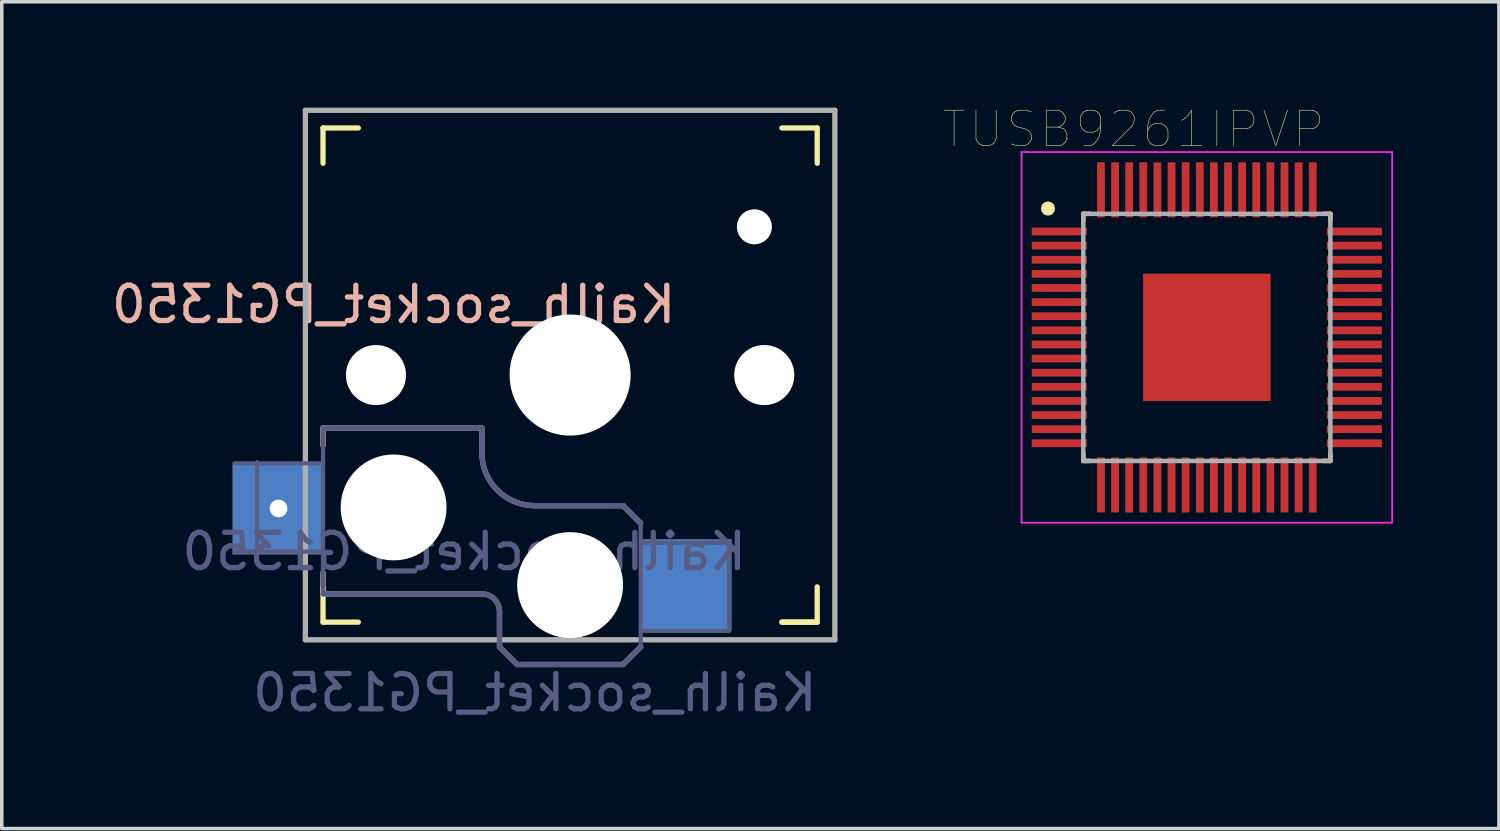
<source format=kicad_pcb>
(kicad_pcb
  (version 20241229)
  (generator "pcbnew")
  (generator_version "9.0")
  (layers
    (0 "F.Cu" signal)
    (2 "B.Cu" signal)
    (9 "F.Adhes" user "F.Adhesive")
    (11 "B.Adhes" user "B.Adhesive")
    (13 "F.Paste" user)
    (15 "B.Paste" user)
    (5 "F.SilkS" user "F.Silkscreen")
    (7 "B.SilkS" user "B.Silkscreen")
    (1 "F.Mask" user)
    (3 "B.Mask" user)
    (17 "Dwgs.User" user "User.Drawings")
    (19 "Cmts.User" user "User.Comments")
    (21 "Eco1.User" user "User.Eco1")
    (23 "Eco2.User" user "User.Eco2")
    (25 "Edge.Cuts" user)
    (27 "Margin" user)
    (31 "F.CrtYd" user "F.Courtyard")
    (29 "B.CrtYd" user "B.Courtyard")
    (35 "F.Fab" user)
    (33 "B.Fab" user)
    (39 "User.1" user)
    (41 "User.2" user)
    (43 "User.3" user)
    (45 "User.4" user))
  (footprint "Kailh_socket_PG1350"
    (layer "F.Cu")
    (at 13.101 7.575)
    (property "Reference" "Kailh_socket_PG1350" (at -5 -2 0) (layer "B.SilkS") (effects (font (size 1 1) (thickness 0.15)) (justify mirror)))
    (property "Value" "Kailh_socket_PG1350" (at 0 8.255 0) (layer "F.Fab") (hide yes) (effects (font (size 1 1) (thickness 0.15))))
    (attr smd)
    (fp_line (start -7 -6) (end -7 -7) (stroke (width 0.15) (type solid)) (layer "F.SilkS"))
    (fp_line (start -7 7) (end -7 6) (stroke (width 0.15) (type solid)) (layer "F.SilkS"))
    (fp_line (start -7 7) (end -6 7) (stroke (width 0.15) (type solid)) (layer "F.SilkS"))
    (fp_line (start -6 -7) (end -7 -7) (stroke (width 0.15) (type solid)) (layer "F.SilkS"))
    (fp_line (start 6 7) (end 7 7) (stroke (width 0.15) (type solid)) (layer "F.SilkS"))
    (fp_line (start 7 -7) (end 6 -7) (stroke (width 0.15) (type solid)) (layer "F.SilkS"))
    (fp_line (start 7 -7) (end 7 -6) (stroke (width 0.15) (type solid)) (layer "F.SilkS"))
    (fp_line (start 7 6) (end 7 7) (stroke (width 0.15) (type solid)) (layer "F.SilkS"))
    (fp_line (start 7 7) (end 6 7) (stroke (width 0.15) (type solid)) (layer "F.SilkS"))
    (fp_line (start -7 1.5) (end -7 2) (stroke (width 0.15) (type solid)) (layer "B.SilkS"))
    (fp_line (start -7 5.6) (end -7 6.2) (stroke (width 0.15) (type solid)) (layer "B.SilkS"))
    (fp_line (start -7 6.2) (end -2.5 6.2) (stroke (width 0.15) (type solid)) (layer "B.SilkS"))
    (fp_line (start -2.5 1.5) (end -7 1.5) (stroke (width 0.15) (type solid)) (layer "B.SilkS"))
    (fp_line (start -2.5 2.2) (end -2.5 1.5) (stroke (width 0.15) (type solid)) (layer "B.SilkS"))
    (fp_line (start -2 6.7) (end -2 7.7) (stroke (width 0.15) (type solid)) (layer "B.SilkS"))
    (fp_line (start -1.5 8.2) (end -2 7.7) (stroke (width 0.15) (type solid)) (layer "B.SilkS"))
    (fp_line (start 1.5 3.7) (end -1 3.7) (stroke (width 0.15) (type solid)) (layer "B.SilkS"))
    (fp_line (start 1.5 8.2) (end -1.5 8.2) (stroke (width 0.15) (type solid)) (layer "B.SilkS"))
    (fp_line (start 2 4.2) (end 1.5 3.7) (stroke (width 0.15) (type solid)) (layer "B.SilkS"))
    (fp_line (start 2 7.7) (end 1.5 8.2) (stroke (width 0.15) (type solid)) (layer "B.SilkS"))
    (fp_arc (start -2.5 6.2) (mid -2.146447 6.346447) (end -2 6.7) (stroke (width 0.15) (type solid)) (layer "B.SilkS"))
    (fp_arc (start -1 3.7) (mid -2.06066 3.26066) (end -2.5 2.2) (stroke (width 0.15) (type solid)) (layer "B.SilkS"))
    (fp_line (start -6.9 6.9) (end -6.9 -6.9) (stroke (width 0.15) (type solid)) (layer "Eco2.User"))
    (fp_line (start -6.9 6.9) (end 6.9 6.9) (stroke (width 0.15) (type solid)) (layer "Eco2.User"))
    (fp_line (start -2.6 -3.1) (end -2.6 -6.3) (stroke (width 0.15) (type solid)) (layer "Eco2.User"))
    (fp_line (start -2.6 -3.1) (end 2.6 -3.1) (stroke (width 0.15) (type solid)) (layer "Eco2.User"))
    (fp_line (start 2.6 -6.3) (end -2.6 -6.3) (stroke (width 0.15) (type solid)) (layer "Eco2.User"))
    (fp_line (start 2.6 -3.1) (end 2.6 -6.3) (stroke (width 0.15) (type solid)) (layer "Eco2.User"))
    (fp_line (start 6.9 -6.9) (end -6.9 -6.9) (stroke (width 0.15) (type solid)) (layer "Eco2.User"))
    (fp_line (start 6.9 -6.9) (end 6.9 6.9) (stroke (width 0.15) (type solid)) (layer "Eco2.User"))
    (fp_line (start -9.5 2.5) (end -7 2.5) (stroke (width 0.12) (type solid)) (layer "B.Fab"))
    (fp_line (start -8.87 4.97) (end -8.87 2.47) (stroke (width 0.12) (type solid)) (layer "B.Fab"))
    (fp_line (start -7 1.5) (end -7 6.2) (stroke (width 0.12) (type solid)) (layer "B.Fab"))
    (fp_line (start -7 5) (end -9.5 5) (stroke (width 0.12) (type solid)) (layer "B.Fab"))
    (fp_line (start -7 6.2) (end -2.5 6.2) (stroke (width 0.15) (type solid)) (layer "B.Fab"))
    (fp_line (start -2.5 1.5) (end -7 1.5) (stroke (width 0.15) (type solid)) (layer "B.Fab"))
    (fp_line (start -2.5 2.2) (end -2.5 1.5) (stroke (width 0.15) (type solid)) (layer "B.Fab"))
    (fp_line (start -2 6.7) (end -2 7.7) (stroke (width 0.15) (type solid)) (layer "B.Fab"))
    (fp_line (start -1.5 8.2) (end -2 7.7) (stroke (width 0.15) (type solid)) (layer "B.Fab"))
    (fp_line (start 1.5 3.7) (end -1 3.7) (stroke (width 0.15) (type solid)) (layer "B.Fab"))
    (fp_line (start 1.5 8.2) (end -1.5 8.2) (stroke (width 0.15) (type solid)) (layer "B.Fab"))
    (fp_line (start 2 4.2) (end 1.5 3.7) (stroke (width 0.15) (type solid)) (layer "B.Fab"))
    (fp_line (start 2 4.25) (end 2 7.7) (stroke (width 0.12) (type solid)) (layer "B.Fab"))
    (fp_line (start 2 4.75) (end 4.5 4.75) (stroke (width 0.12) (type solid)) (layer "B.Fab"))
    (fp_line (start 2 7.7) (end 1.5 8.2) (stroke (width 0.15) (type solid)) (layer "B.Fab"))
    (fp_line (start 4.5 4.75) (end 4.5 7.25) (stroke (width 0.12) (type solid)) (layer "B.Fab"))
    (fp_line (start 4.5 7.25) (end 2 7.25) (stroke (width 0.12) (type solid)) (layer "B.Fab"))
    (fp_arc (start -2.5 6.2) (mid -2.146447 6.346447) (end -2 6.7) (stroke (width 0.15) (type solid)) (layer "B.Fab"))
    (fp_arc (start -1 3.7) (mid -2.06066 3.26066) (end -2.5 2.2) (stroke (width 0.15) (type solid)) (layer "B.Fab"))
    (fp_line (start -7.5 -7.5) (end 7.5 -7.5) (stroke (width 0.15) (type solid)) (layer "F.Fab"))
    (fp_line (start -7.5 7.5) (end -7.5 -7.5) (stroke (width 0.15) (type solid)) (layer "F.Fab"))
    (fp_line (start 7.5 -7.5) (end 7.5 7.5) (stroke (width 0.15) (type solid)) (layer "F.Fab"))
    (fp_line (start 7.5 7.5) (end -7.5 7.5) (stroke (width 0.15) (type solid)) (layer "F.Fab"))
    (fp_text user "${REFERENCE}" (at -3 5 0) (layer "B.Fab") (effects (font (size 1 1) (thickness 0.15)) (justify mirror)))
    (fp_text user "${VALUE}" (at -1 9 0) (layer "B.Fab") (effects (font (size 1 1) (thickness 0.15)) (justify mirror)))
    (pad "" np_thru_hole circle (at -5.5 0) (size 1.702 1.702) (drill 1.702) (layers "*.Cu" "*.Mask"))
    (pad "" np_thru_hole circle (at -5 3.75) (size 3 3) (drill 3) (layers "*.Cu" "*.Mask"))
    (pad "" np_thru_hole circle (at 0 0) (size 3.429 3.429) (drill 3.429) (layers "*.Cu" "*.Mask"))
    (pad "" np_thru_hole circle (at 0 5.95) (size 3 3) (drill 3) (layers "*.Cu" "*.Mask"))
    (pad "" np_thru_hole circle (at 5.22 -4.2) (size 0.991 0.991) (drill 0.991) (layers "*.Cu" "*.Mask"))
    (pad "" np_thru_hole circle (at 5.5 0) (size 1.702 1.702) (drill 1.702) (layers "*.Cu" "*.Mask"))
    (pad "1" smd rect (at 3.275 5.95) (size 2.6 2.6) (layers "B.Cu" "B.Mask" "B.Paste"))
    (pad "3" thru_hole rect (at -8.26 3.78) (size 2.6 2.6) (drill 0.5) (layers "*.Cu" "*.Mask")))
  (footprint "TUSB9261IPVP"
    (layer "F.Cu")
    (at 31.139 6.508)
    (property "Reference" "TUSB9261IPVP" (at -2.079 -5.896 0) (layer "F.SilkS") (effects (font (size 1.002 1.002) (thickness 0.015))))
    (attr through_hole)
    (fp_line (start -3.5 -3.5) (end -3.5 -3.3) (stroke (width 0.127) (type solid)) (layer "F.SilkS"))
    (fp_line (start -3.5 3.3) (end -3.5 3.5) (stroke (width 0.127) (type solid)) (layer "F.SilkS"))
    (fp_line (start -3.5 3.5) (end -3.3 3.5) (stroke (width 0.127) (type solid)) (layer "F.SilkS"))
    (fp_line (start -3.3 -3.5) (end -3.5 -3.5) (stroke (width 0.127) (type solid)) (layer "F.SilkS"))
    (fp_line (start 3.3 3.5) (end 3.5 3.5) (stroke (width 0.127) (type solid)) (layer "F.SilkS"))
    (fp_line (start 3.5 -3.5) (end 3.3 -3.5) (stroke (width 0.127) (type solid)) (layer "F.SilkS"))
    (fp_line (start 3.5 -3.3) (end 3.5 -3.5) (stroke (width 0.127) (type solid)) (layer "F.SilkS"))
    (fp_line (start 3.5 3.5) (end 3.5 3.3) (stroke (width 0.127) (type solid)) (layer "F.SilkS"))
    (fp_circle (center -4.5 -3.65) (end -4.4 -3.65) (stroke (width 0.2) (type solid)) (fill no) (layer "F.SilkS"))
    (fp_poly (pts (xy -1.152 -1.15) (xy 1.15 -1.15) (xy 1.15 1.152) (xy -1.152 1.152)) (stroke (width 0.01) (type solid)) (fill yes) (layer "F.Paste"))
    (fp_line (start -5.25 -5.25) (end 5.25 -5.25) (stroke (width 0.05) (type solid)) (layer "F.CrtYd"))
    (fp_line (start -5.25 5.25) (end -5.25 -5.25) (stroke (width 0.05) (type solid)) (layer "F.CrtYd"))
    (fp_line (start 5.25 -5.25) (end 5.25 5.25) (stroke (width 0.05) (type solid)) (layer "F.CrtYd"))
    (fp_line (start 5.25 5.25) (end -5.25 5.25) (stroke (width 0.05) (type solid)) (layer "F.CrtYd"))
    (fp_line (start -3.5 -3.5) (end 3.5 -3.5) (stroke (width 0.127) (type solid)) (layer "F.Fab"))
    (fp_line (start -3.5 3.5) (end -3.5 -3.5) (stroke (width 0.127) (type solid)) (layer "F.Fab"))
    (fp_line (start 3.5 -3.5) (end 3.5 3.5) (stroke (width 0.127) (type solid)) (layer "F.Fab"))
    (fp_line (start 3.5 3.5) (end -3.5 3.5) (stroke (width 0.127) (type solid)) (layer "F.Fab"))
    (pad "1" smd rect (at -4.18 -3) (size 1.56 0.22) (layers "F.Cu" "F.Mask" "F.Paste"))
    (pad "2" smd rect (at -4.18 -2.6) (size 1.56 0.22) (layers "F.Cu" "F.Mask" "F.Paste"))
    (pad "3" smd rect (at -4.18 -2.2) (size 1.56 0.22) (layers "F.Cu" "F.Mask" "F.Paste"))
    (pad "4" smd rect (at -4.18 -1.8) (size 1.56 0.22) (layers "F.Cu" "F.Mask" "F.Paste"))
    (pad "5" smd rect (at -4.18 -1.4) (size 1.56 0.22) (layers "F.Cu" "F.Mask" "F.Paste"))
    (pad "6" smd rect (at -4.18 -1) (size 1.56 0.22) (layers "F.Cu" "F.Mask" "F.Paste"))
    (pad "7" smd rect (at -4.18 -0.6) (size 1.56 0.22) (layers "F.Cu" "F.Mask" "F.Paste"))
    (pad "8" smd rect (at -4.18 -0.2) (size 1.56 0.22) (layers "F.Cu" "F.Mask" "F.Paste"))
    (pad "9" smd rect (at -4.18 0.2) (size 1.56 0.22) (layers "F.Cu" "F.Mask" "F.Paste"))
    (pad "10" smd rect (at -4.18 0.6) (size 1.56 0.22) (layers "F.Cu" "F.Mask" "F.Paste"))
    (pad "11" smd rect (at -4.18 1) (size 1.56 0.22) (layers "F.Cu" "F.Mask" "F.Paste"))
    (pad "12" smd rect (at -4.18 1.4) (size 1.56 0.22) (layers "F.Cu" "F.Mask" "F.Paste"))
    (pad "13" smd rect (at -4.18 1.8) (size 1.56 0.22) (layers "F.Cu" "F.Mask" "F.Paste"))
    (pad "14" smd rect (at -4.18 2.2) (size 1.56 0.22) (layers "F.Cu" "F.Mask" "F.Paste"))
    (pad "15" smd rect (at -4.18 2.6) (size 1.56 0.22) (layers "F.Cu" "F.Mask" "F.Paste"))
    (pad "16" smd rect (at -4.18 3) (size 1.56 0.22) (layers "F.Cu" "F.Mask" "F.Paste"))
    (pad "17" smd rect (at -3 4.18) (size 0.22 1.56) (layers "F.Cu" "F.Mask" "F.Paste"))
    (pad "18" smd rect (at -2.6 4.18) (size 0.22 1.56) (layers "F.Cu" "F.Mask" "F.Paste"))
    (pad "19" smd rect (at -2.2 4.18) (size 0.22 1.56) (layers "F.Cu" "F.Mask" "F.Paste"))
    (pad "20" smd rect (at -1.8 4.18) (size 0.22 1.56) (layers "F.Cu" "F.Mask" "F.Paste"))
    (pad "21" smd rect (at -1.4 4.18) (size 0.22 1.56) (layers "F.Cu" "F.Mask" "F.Paste"))
    (pad "22" smd rect (at -1 4.18) (size 0.22 1.56) (layers "F.Cu" "F.Mask" "F.Paste"))
    (pad "23" smd rect (at -0.6 4.18) (size 0.22 1.56) (layers "F.Cu" "F.Mask" "F.Paste"))
    (pad "24" smd rect (at -0.2 4.18) (size 0.22 1.56) (layers "F.Cu" "F.Mask" "F.Paste"))
    (pad "25" smd rect (at 0.2 4.18) (size 0.22 1.56) (layers "F.Cu" "F.Mask" "F.Paste"))
    (pad "26" smd rect (at 0.6 4.18) (size 0.22 1.56) (layers "F.Cu" "F.Mask" "F.Paste"))
    (pad "27" smd rect (at 1 4.18) (size 0.22 1.56) (layers "F.Cu" "F.Mask" "F.Paste"))
    (pad "28" smd rect (at 1.4 4.18) (size 0.22 1.56) (layers "F.Cu" "F.Mask" "F.Paste"))
    (pad "29" smd rect (at 1.8 4.18) (size 0.22 1.56) (layers "F.Cu" "F.Mask" "F.Paste"))
    (pad "30" smd rect (at 2.2 4.18) (size 0.22 1.56) (layers "F.Cu" "F.Mask" "F.Paste"))
    (pad "31" smd rect (at 2.6 4.18) (size 0.22 1.56) (layers "F.Cu" "F.Mask" "F.Paste"))
    (pad "32" smd rect (at 3 4.18) (size 0.22 1.56) (layers "F.Cu" "F.Mask" "F.Paste"))
    (pad "33" smd rect (at 4.18 3) (size 1.56 0.22) (layers "F.Cu" "F.Mask" "F.Paste"))
    (pad "34" smd rect (at 4.18 2.6) (size 1.56 0.22) (layers "F.Cu" "F.Mask" "F.Paste"))
    (pad "35" smd rect (at 4.18 2.2) (size 1.56 0.22) (layers "F.Cu" "F.Mask" "F.Paste"))
    (pad "36" smd rect (at 4.18 1.8) (size 1.56 0.22) (layers "F.Cu" "F.Mask" "F.Paste"))
    (pad "37" smd rect (at 4.18 1.4) (size 1.56 0.22) (layers "F.Cu" "F.Mask" "F.Paste"))
    (pad "38" smd rect (at 4.18 1) (size 1.56 0.22) (layers "F.Cu" "F.Mask" "F.Paste"))
    (pad "39" smd rect (at 4.18 0.6) (size 1.56 0.22) (layers "F.Cu" "F.Mask" "F.Paste"))
    (pad "40" smd rect (at 4.18 0.2) (size 1.56 0.22) (layers "F.Cu" "F.Mask" "F.Paste"))
    (pad "41" smd rect (at 4.18 -0.2) (size 1.56 0.22) (layers "F.Cu" "F.Mask" "F.Paste"))
    (pad "42" smd rect (at 4.18 -0.6) (size 1.56 0.22) (layers "F.Cu" "F.Mask" "F.Paste"))
    (pad "43" smd rect (at 4.18 -1) (size 1.56 0.22) (layers "F.Cu" "F.Mask" "F.Paste"))
    (pad "44" smd rect (at 4.18 -1.4) (size 1.56 0.22) (layers "F.Cu" "F.Mask" "F.Paste"))
    (pad "45" smd rect (at 4.18 -1.8) (size 1.56 0.22) (layers "F.Cu" "F.Mask" "F.Paste"))
    (pad "46" smd rect (at 4.18 -2.2) (size 1.56 0.22) (layers "F.Cu" "F.Mask" "F.Paste"))
    (pad "47" smd rect (at 4.18 -2.6) (size 1.56 0.22) (layers "F.Cu" "F.Mask" "F.Paste"))
    (pad "48" smd rect (at 4.18 -3) (size 1.56 0.22) (layers "F.Cu" "F.Mask" "F.Paste"))
    (pad "49" smd rect (at 3 -4.18) (size 0.22 1.56) (layers "F.Cu" "F.Mask" "F.Paste"))
    (pad "50" smd rect (at 2.6 -4.18) (size 0.22 1.56) (layers "F.Cu" "F.Mask" "F.Paste"))
    (pad "51" smd rect (at 2.2 -4.18) (size 0.22 1.56) (layers "F.Cu" "F.Mask" "F.Paste"))
    (pad "52" smd rect (at 1.8 -4.18) (size 0.22 1.56) (layers "F.Cu" "F.Mask" "F.Paste"))
    (pad "53" smd rect (at 1.4 -4.18) (size 0.22 1.56) (layers "F.Cu" "F.Mask" "F.Paste"))
    (pad "54" smd rect (at 1 -4.18) (size 0.22 1.56) (layers "F.Cu" "F.Mask" "F.Paste"))
    (pad "55" smd rect (at 0.6 -4.18) (size 0.22 1.56) (layers "F.Cu" "F.Mask" "F.Paste"))
    (pad "56" smd rect (at 0.2 -4.18) (size 0.22 1.56) (layers "F.Cu" "F.Mask" "F.Paste"))
    (pad "57" smd rect (at -0.2 -4.18) (size 0.22 1.56) (layers "F.Cu" "F.Mask" "F.Paste"))
    (pad "58" smd rect (at -0.6 -4.18) (size 0.22 1.56) (layers "F.Cu" "F.Mask" "F.Paste"))
    (pad "59" smd rect (at -1 -4.18) (size 0.22 1.56) (layers "F.Cu" "F.Mask" "F.Paste"))
    (pad "60" smd rect (at -1.4 -4.18) (size 0.22 1.56) (layers "F.Cu" "F.Mask" "F.Paste"))
    (pad "61" smd rect (at -1.8 -4.18) (size 0.22 1.56) (layers "F.Cu" "F.Mask" "F.Paste"))
    (pad "62" smd rect (at -2.2 -4.18) (size 0.22 1.56) (layers "F.Cu" "F.Mask" "F.Paste"))
    (pad "63" smd rect (at -2.6 -4.18) (size 0.22 1.56) (layers "F.Cu" "F.Mask" "F.Paste"))
    (pad "64" smd rect (at -3 -4.18) (size 0.22 1.56) (layers "F.Cu" "F.Mask" "F.Paste"))
    (pad "65" smd rect (at 0 0) (size 3.61 3.61) (layers "F.Cu" "F.Mask")))
  (gr_rect
    (start -3 -3)
    (end 39.414 20.423)
    (stroke (width 0.1) (type default))
    (fill no)
    (layer "Edge.Cuts")))
</source>
